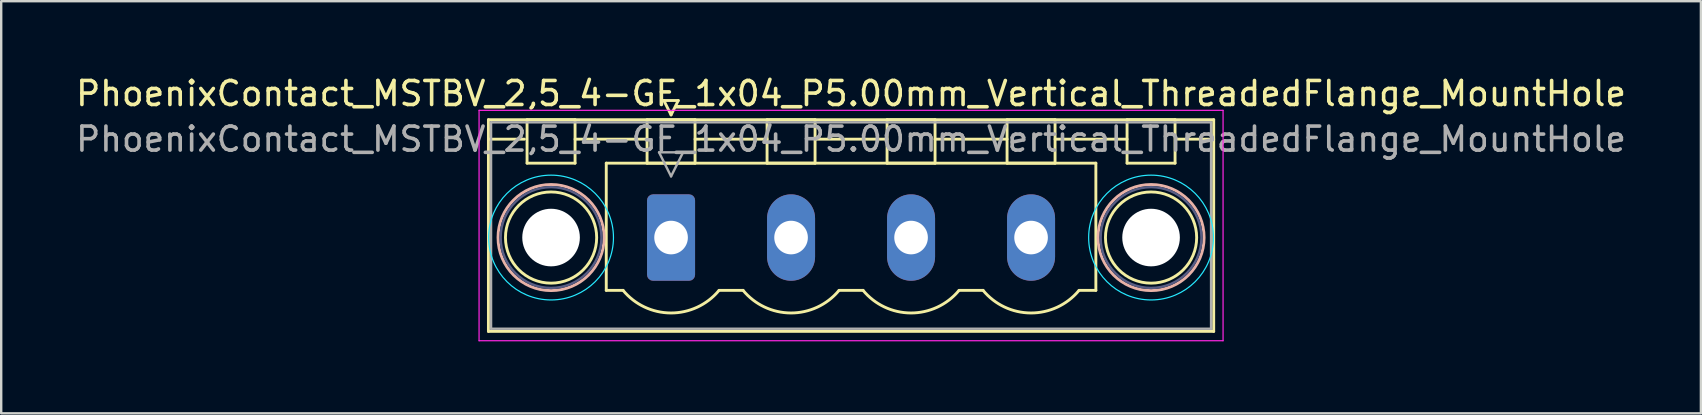
<source format=kicad_pcb>
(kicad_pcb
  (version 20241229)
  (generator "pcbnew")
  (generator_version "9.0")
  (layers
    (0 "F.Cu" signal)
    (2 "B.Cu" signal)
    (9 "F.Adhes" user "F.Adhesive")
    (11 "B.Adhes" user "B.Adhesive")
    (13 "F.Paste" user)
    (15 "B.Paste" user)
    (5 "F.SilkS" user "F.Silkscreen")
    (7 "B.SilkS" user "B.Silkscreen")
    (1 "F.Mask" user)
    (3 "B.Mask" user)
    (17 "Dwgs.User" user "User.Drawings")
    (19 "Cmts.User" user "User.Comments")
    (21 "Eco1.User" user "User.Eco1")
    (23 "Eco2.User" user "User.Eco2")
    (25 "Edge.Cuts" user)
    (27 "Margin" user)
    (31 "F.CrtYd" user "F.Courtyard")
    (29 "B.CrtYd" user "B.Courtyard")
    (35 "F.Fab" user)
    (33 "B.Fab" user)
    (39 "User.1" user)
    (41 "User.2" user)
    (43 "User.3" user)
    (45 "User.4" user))
  (footprint "PhoenixContact_MSTBV_2,5_4-GF_1x04_P5.00mm_Vertical_ThreadedFlange_MountHole"
    (layer "F.Cu")
    (at 24.911 6.848)
    (property "Reference" "PhoenixContact_MSTBV_2,5_4-GF_1x04_P5.00mm_Vertical_ThreadedFlange_MountHole" (at 7.5 -6 0) (layer "F.SilkS") (effects (font (size 1 1) (thickness 0.15))))
    (attr through_hole)
    (fp_line (start -7.61 -4.91) (end -7.61 3.91) (stroke (width 0.12) (type solid)) (layer "F.SilkS"))
    (fp_line (start -7.61 -4.1) (end -6.11 -4.1) (stroke (width 0.12) (type solid)) (layer "F.SilkS"))
    (fp_line (start -7.61 3.91) (end 22.61 3.91) (stroke (width 0.12) (type solid)) (layer "F.SilkS"))
    (fp_line (start -6 -4.91) (end -4 -4.91) (stroke (width 0.12) (type solid)) (layer "F.SilkS"))
    (fp_line (start -6 -3.1) (end -6 -4.91) (stroke (width 0.12) (type solid)) (layer "F.SilkS"))
    (fp_line (start -4 -4.91) (end -4 -3.1) (stroke (width 0.12) (type solid)) (layer "F.SilkS"))
    (fp_line (start -4 -4.1) (end -1 -4.1) (stroke (width 0.12) (type solid)) (layer "F.SilkS"))
    (fp_line (start -4 -3.1) (end -6 -3.1) (stroke (width 0.12) (type solid)) (layer "F.SilkS"))
    (fp_line (start -2.7 -3.1) (end 17.7 -3.1) (stroke (width 0.12) (type solid)) (layer "F.SilkS"))
    (fp_line (start -2.7 2.2) (end -2.7 -3.1) (stroke (width 0.12) (type solid)) (layer "F.SilkS"))
    (fp_line (start -2 2.2) (end -2.7 2.2) (stroke (width 0.12) (type solid)) (layer "F.SilkS"))
    (fp_line (start -1 -4.91) (end 1 -4.91) (stroke (width 0.12) (type solid)) (layer "F.SilkS"))
    (fp_line (start -1 -3.1) (end -1 -4.91) (stroke (width 0.12) (type solid)) (layer "F.SilkS"))
    (fp_line (start -0.3 -5.71) (end 0.3 -5.71) (stroke (width 0.12) (type solid)) (layer "F.SilkS"))
    (fp_line (start 0 -5.11) (end -0.3 -5.71) (stroke (width 0.12) (type solid)) (layer "F.SilkS"))
    (fp_line (start 0.3 -5.71) (end 0 -5.11) (stroke (width 0.12) (type solid)) (layer "F.SilkS"))
    (fp_line (start 1 -4.91) (end 1 -3.1) (stroke (width 0.12) (type solid)) (layer "F.SilkS"))
    (fp_line (start 1 -4.1) (end 4 -4.1) (stroke (width 0.12) (type solid)) (layer "F.SilkS"))
    (fp_line (start 1 -3.1) (end -1 -3.1) (stroke (width 0.12) (type solid)) (layer "F.SilkS"))
    (fp_line (start 2 2.2) (end 3 2.2) (stroke (width 0.12) (type solid)) (layer "F.SilkS"))
    (fp_line (start 4 -4.91) (end 6 -4.91) (stroke (width 0.12) (type solid)) (layer "F.SilkS"))
    (fp_line (start 4 -3.1) (end 4 -4.91) (stroke (width 0.12) (type solid)) (layer "F.SilkS"))
    (fp_line (start 6 -4.91) (end 6 -3.1) (stroke (width 0.12) (type solid)) (layer "F.SilkS"))
    (fp_line (start 6 -4.1) (end 9 -4.1) (stroke (width 0.12) (type solid)) (layer "F.SilkS"))
    (fp_line (start 6 -3.1) (end 4 -3.1) (stroke (width 0.12) (type solid)) (layer "F.SilkS"))
    (fp_line (start 7 2.2) (end 8 2.2) (stroke (width 0.12) (type solid)) (layer "F.SilkS"))
    (fp_line (start 9 -4.91) (end 11 -4.91) (stroke (width 0.12) (type solid)) (layer "F.SilkS"))
    (fp_line (start 9 -3.1) (end 9 -4.91) (stroke (width 0.12) (type solid)) (layer "F.SilkS"))
    (fp_line (start 11 -4.91) (end 11 -3.1) (stroke (width 0.12) (type solid)) (layer "F.SilkS"))
    (fp_line (start 11 -4.1) (end 14 -4.1) (stroke (width 0.12) (type solid)) (layer "F.SilkS"))
    (fp_line (start 11 -3.1) (end 9 -3.1) (stroke (width 0.12) (type solid)) (layer "F.SilkS"))
    (fp_line (start 12 2.2) (end 13 2.2) (stroke (width 0.12) (type solid)) (layer "F.SilkS"))
    (fp_line (start 14 -4.91) (end 16 -4.91) (stroke (width 0.12) (type solid)) (layer "F.SilkS"))
    (fp_line (start 14 -3.1) (end 14 -4.91) (stroke (width 0.12) (type solid)) (layer "F.SilkS"))
    (fp_line (start 16 -4.91) (end 16 -3.1) (stroke (width 0.12) (type solid)) (layer "F.SilkS"))
    (fp_line (start 16 -4.1) (end 19 -4.1) (stroke (width 0.12) (type solid)) (layer "F.SilkS"))
    (fp_line (start 16 -3.1) (end 14 -3.1) (stroke (width 0.12) (type solid)) (layer "F.SilkS"))
    (fp_line (start 17.7 -3.1) (end 17.7 2.2) (stroke (width 0.12) (type solid)) (layer "F.SilkS"))
    (fp_line (start 17.7 2.2) (end 17 2.2) (stroke (width 0.12) (type solid)) (layer "F.SilkS"))
    (fp_line (start 19 -4.91) (end 21 -4.91) (stroke (width 0.12) (type solid)) (layer "F.SilkS"))
    (fp_line (start 19 -3.1) (end 19 -4.91) (stroke (width 0.12) (type solid)) (layer "F.SilkS"))
    (fp_line (start 21 -4.91) (end 21 -3.1) (stroke (width 0.12) (type solid)) (layer "F.SilkS"))
    (fp_line (start 21 -3.1) (end 19 -3.1) (stroke (width 0.12) (type solid)) (layer "F.SilkS"))
    (fp_line (start 22.61 -4.91) (end -7.61 -4.91) (stroke (width 0.12) (type solid)) (layer "F.SilkS"))
    (fp_line (start 22.61 -4.1) (end 21.11 -4.1) (stroke (width 0.12) (type solid)) (layer "F.SilkS"))
    (fp_line (start 22.61 3.91) (end 22.61 -4.91) (stroke (width 0.12) (type solid)) (layer "F.SilkS"))
    (fp_arc (start 1.986842 2.215821) (mid -0.010289 3.142758) (end -2 2.2) (stroke (width 0.12) (type solid)) (layer "F.SilkS"))
    (fp_arc (start 6.986842 2.215821) (mid 4.989711 3.142758) (end 3 2.2) (stroke (width 0.12) (type solid)) (layer "F.SilkS"))
    (fp_arc (start 11.986842 2.215821) (mid 9.989711 3.142758) (end 8 2.2) (stroke (width 0.12) (type solid)) (layer "F.SilkS"))
    (fp_arc (start 16.986842 2.215821) (mid 14.989711 3.142758) (end 13 2.2) (stroke (width 0.12) (type solid)) (layer "F.SilkS"))
    (fp_circle (center -5 0) (end -3.1 0) (stroke (width 0.12) (type solid)) (fill no) (layer "F.SilkS"))
    (fp_circle (center 20 0) (end 21.9 0) (stroke (width 0.12) (type solid)) (fill no) (layer "F.SilkS"))
    (fp_circle (center -5 0) (end -2.79 0) (stroke (width 0.12) (type solid)) (fill no) (layer "B.SilkS"))
    (fp_circle (center 20 0) (end 22.21 0) (stroke (width 0.12) (type solid)) (fill no) (layer "B.SilkS"))
    (fp_circle (center -5 0) (end -2.4 0) (stroke (width 0.05) (type solid)) (fill no) (layer "B.CrtYd"))
    (fp_circle (center 20 0) (end 22.6 0) (stroke (width 0.05) (type solid)) (fill no) (layer "B.CrtYd"))
    (fp_line (start -8 -5.3) (end -8 4.3) (stroke (width 0.05) (type solid)) (layer "F.CrtYd"))
    (fp_line (start -8 4.3) (end 23 4.3) (stroke (width 0.05) (type solid)) (layer "F.CrtYd"))
    (fp_line (start 23 -5.3) (end -8 -5.3) (stroke (width 0.05) (type solid)) (layer "F.CrtYd"))
    (fp_line (start 23 4.3) (end 23 -5.3) (stroke (width 0.05) (type solid)) (layer "F.CrtYd"))
    (fp_circle (center -5 0) (end -2.9 0) (stroke (width 0.1) (type solid)) (fill no) (layer "B.Fab"))
    (fp_circle (center 20 0) (end 22.1 0) (stroke (width 0.1) (type solid)) (fill no) (layer "B.Fab"))
    (fp_line (start -7.5 -4.8) (end -7.5 3.8) (stroke (width 0.1) (type solid)) (layer "F.Fab"))
    (fp_line (start -7.5 3.8) (end 22.5 3.8) (stroke (width 0.1) (type solid)) (layer "F.Fab"))
    (fp_line (start -0.5 -3.55) (end 0.5 -3.55) (stroke (width 0.1) (type solid)) (layer "F.Fab"))
    (fp_line (start 0 -2.55) (end -0.5 -3.55) (stroke (width 0.1) (type solid)) (layer "F.Fab"))
    (fp_line (start 0.5 -3.55) (end 0 -2.55) (stroke (width 0.1) (type solid)) (layer "F.Fab"))
    (fp_line (start 22.5 -4.8) (end -7.5 -4.8) (stroke (width 0.1) (type solid)) (layer "F.Fab"))
    (fp_line (start 22.5 3.8) (end 22.5 -4.8) (stroke (width 0.1) (type solid)) (layer "F.Fab"))
    (fp_text user "${REFERENCE}" (at 7.5 -4.1 0) (layer "F.Fab") (effects (font (size 1 1) (thickness 0.15))))
    (pad "" np_thru_hole circle (at -5 0) (size 2.4 2.4) (drill 2.4) (layers "*.Cu" "*.Mask"))
    (pad "" np_thru_hole circle (at 20 0) (size 2.4 2.4) (drill 2.4) (layers "*.Cu" "*.Mask"))
    (pad "1" thru_hole roundrect (at 0 0) (size 2 3.6) (drill 1.4) (layers "*.Cu" "*.Mask") (roundrect_rratio 0.125))
    (pad "2" thru_hole oval (at 5 0) (size 2 3.6) (drill 1.4) (layers "*.Cu" "*.Mask"))
    (pad "3" thru_hole oval (at 10 0) (size 2 3.6) (drill 1.4) (layers "*.Cu" "*.Mask"))
    (pad "4" thru_hole oval (at 15 0) (size 2 3.6) (drill 1.4) (layers "*.Cu" "*.Mask")))
  (gr_rect
    (start -3 -3)
    (end 67.821 14.173)
    (stroke (width 0.1) (type default))
    (fill no)
    (layer "Edge.Cuts")))
</source>
